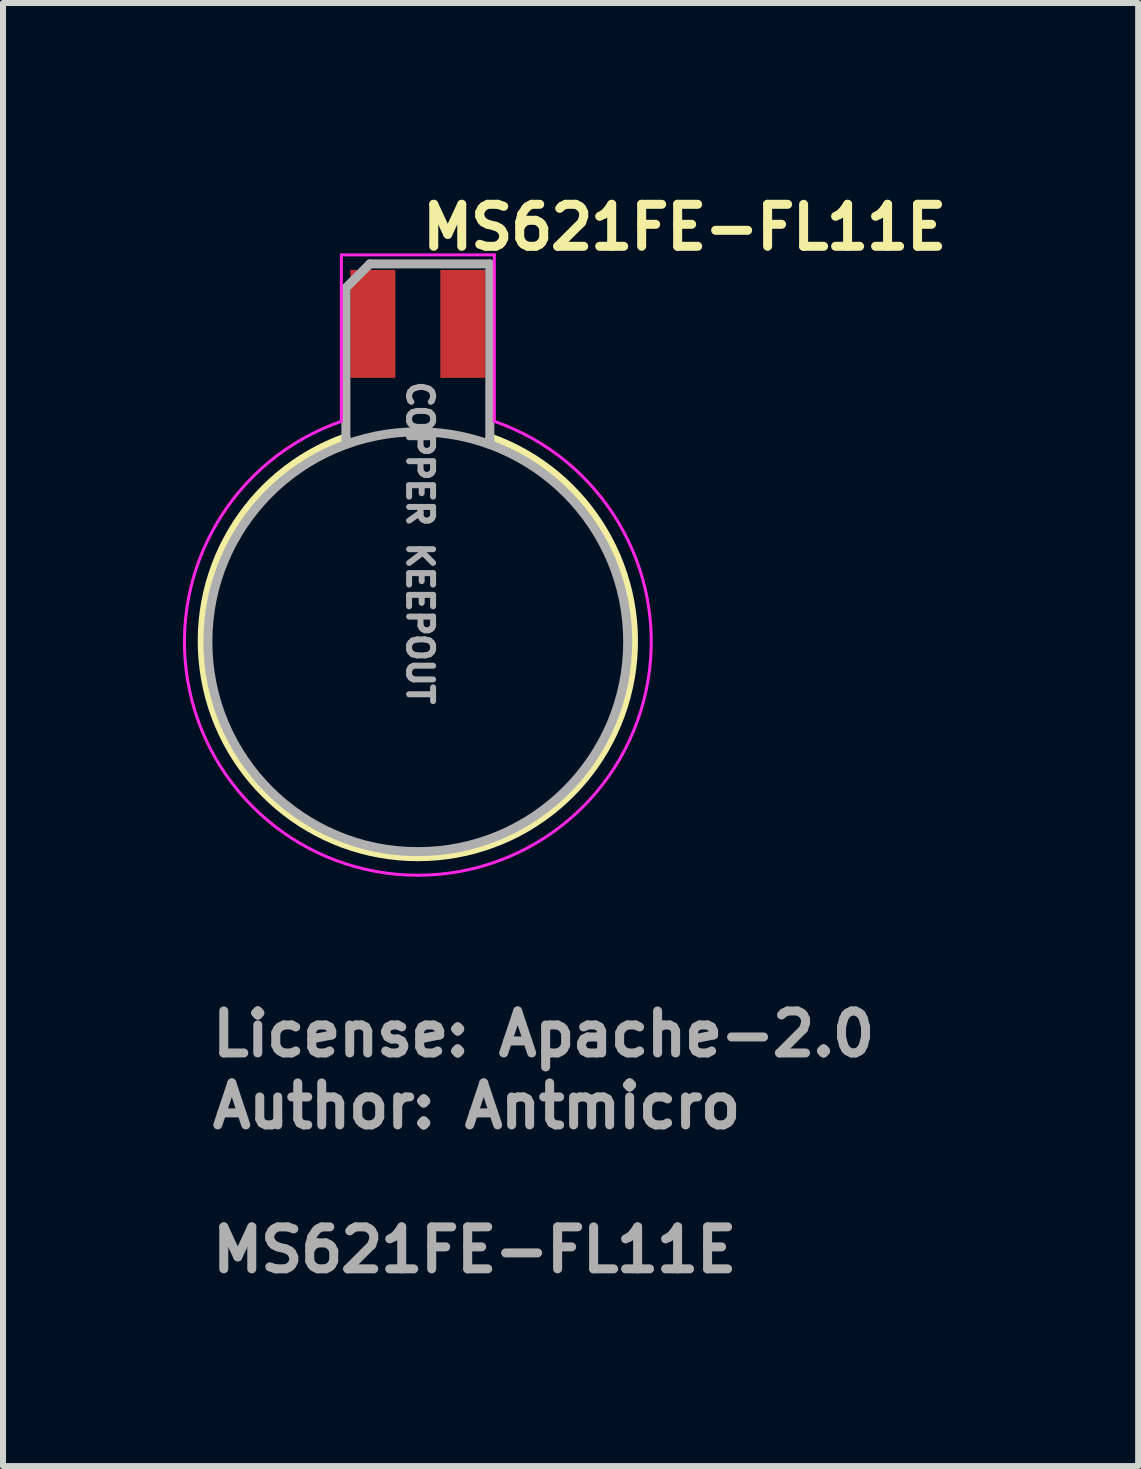
<source format=kicad_pcb>
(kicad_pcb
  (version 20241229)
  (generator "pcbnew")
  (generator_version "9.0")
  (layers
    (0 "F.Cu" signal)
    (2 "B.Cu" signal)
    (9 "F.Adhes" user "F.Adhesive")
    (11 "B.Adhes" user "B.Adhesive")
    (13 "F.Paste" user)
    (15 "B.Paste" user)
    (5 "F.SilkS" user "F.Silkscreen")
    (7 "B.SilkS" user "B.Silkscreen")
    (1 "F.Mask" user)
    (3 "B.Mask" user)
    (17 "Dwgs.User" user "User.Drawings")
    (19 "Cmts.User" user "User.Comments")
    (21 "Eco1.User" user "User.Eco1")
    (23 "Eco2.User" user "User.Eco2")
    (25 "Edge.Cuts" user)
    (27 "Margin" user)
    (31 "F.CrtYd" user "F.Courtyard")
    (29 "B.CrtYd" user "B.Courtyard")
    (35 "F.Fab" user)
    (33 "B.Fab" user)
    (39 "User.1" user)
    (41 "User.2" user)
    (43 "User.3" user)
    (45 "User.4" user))
  (footprint "MS621FE-FL11E"
    (layer "F.Cu")
    (at 3.917 6.4)
    (property "Reference" "MS621FE-FL11E" (at 0 -5.25 0) (layer "F.SilkS") (effects (font (size 0.7 0.7) (thickness 0.15)) (justify left bottom)))
    (attr smd)
    (fp_arc (start 1.2 -2.15) (mid 0 4.834) (end -1.2 -2.15) (stroke (width 0.15) (type solid)) (layer "F.SilkS"))
    (fp_line (start -1.275 -5.2) (end -1.275 -2.425) (stroke (width 0.05) (type solid)) (layer "F.CrtYd"))
    (fp_line (start 1.275 -5.2) (end -1.275 -5.2) (stroke (width 0.05) (type solid)) (layer "F.CrtYd"))
    (fp_line (start 1.275 -5.2) (end 1.275 -2.425) (stroke (width 0.05) (type solid)) (layer "F.CrtYd"))
    (fp_arc (start 1.275 -2.425) (mid 0 5.143374) (end -1.275 -2.425) (stroke (width 0.05) (type solid)) (layer "F.CrtYd"))
    (fp_line (start -1.2 -4.65) (end -1.2 -2.04) (stroke (width 0.15) (type solid)) (layer "F.Fab"))
    (fp_line (start -0.8 -5.05) (end -1.2 -4.65) (stroke (width 0.15) (type solid)) (layer "F.Fab"))
    (fp_line (start 1.2 -5.05) (end -0.8 -5.05) (stroke (width 0.15) (type solid)) (layer "F.Fab"))
    (fp_line (start 1.2 -5.05) (end 1.2 -2.04) (stroke (width 0.15) (type solid)) (layer "F.Fab"))
    (fp_circle (center -0.001 1.25) (end -0.001 -2.25) (stroke (width 0.15) (type solid)) (fill no) (layer "F.Fab"))
    (fp_rect (start -3.4 -4.65) (end 3.4 4.65) (stroke (width 0.15) (type solid)) (fill no) (layer "User.5"))
    (fp_line (start -3.4 1.29) (end -3.395 1.443) (stroke (width 0.02) (type solid)) (layer "User.9"))
    (fp_line (start -3.399 1.136) (end -3.4 1.29) (stroke (width 0.02) (type solid)) (layer "User.9"))
    (fp_line (start -3.395 1.443) (end -3.383 1.598) (stroke (width 0.02) (type solid)) (layer "User.9"))
    (fp_line (start -3.391 0.983) (end -3.399 1.136) (stroke (width 0.02) (type solid)) (layer "User.9"))
    (fp_line (start -3.383 1.598) (end -3.363 1.755) (stroke (width 0.02) (type solid)) (layer "User.9"))
    (fp_line (start -3.375 0.832) (end -3.391 0.983) (stroke (width 0.02) (type solid)) (layer "User.9"))
    (fp_line (start -3.363 1.755) (end -3.336 1.91) (stroke (width 0.02) (type solid)) (layer "User.9"))
    (fp_line (start -3.355 0.684) (end -3.375 0.832) (stroke (width 0.02) (type solid)) (layer "User.9"))
    (fp_line (start -3.336 1.91) (end -3.302 2.061) (stroke (width 0.02) (type solid)) (layer "User.9"))
    (fp_line (start -3.326 0.536) (end -3.355 0.684) (stroke (width 0.02) (type solid)) (layer "User.9"))
    (fp_line (start -3.302 2.061) (end -3.262 2.21) (stroke (width 0.02) (type solid)) (layer "User.9"))
    (fp_line (start -3.291 0.39) (end -3.326 0.536) (stroke (width 0.02) (type solid)) (layer "User.9"))
    (fp_line (start -3.262 2.21) (end -3.215 2.357) (stroke (width 0.02) (type solid)) (layer "User.9"))
    (fp_line (start -3.25 0.246) (end -3.291 0.39) (stroke (width 0.02) (type solid)) (layer "User.9"))
    (fp_line (start -3.215 2.357) (end -3.164 2.499) (stroke (width 0.02) (type solid)) (layer "User.9"))
    (fp_line (start -3.202 0.104) (end -3.25 0.246) (stroke (width 0.02) (type solid)) (layer "User.9"))
    (fp_line (start -3.164 2.499) (end -3.105 2.64) (stroke (width 0.02) (type solid)) (layer "User.9"))
    (fp_line (start -3.149 -0.035) (end -3.202 0.104) (stroke (width 0.02) (type solid)) (layer "User.9"))
    (fp_line (start -3.105 2.64) (end -3.04 2.776) (stroke (width 0.02) (type solid)) (layer "User.9"))
    (fp_line (start -3.09 -0.171) (end -3.149 -0.035) (stroke (width 0.02) (type solid)) (layer "User.9"))
    (fp_line (start -3.04 2.776) (end -2.968 2.909) (stroke (width 0.02) (type solid)) (layer "User.9"))
    (fp_line (start -3.025 -0.303) (end -3.09 -0.171) (stroke (width 0.02) (type solid)) (layer "User.9"))
    (fp_line (start -2.968 2.909) (end -2.892 3.038) (stroke (width 0.02) (type solid)) (layer "User.9"))
    (fp_line (start -2.956 -0.434) (end -3.025 -0.303) (stroke (width 0.02) (type solid)) (layer "User.9"))
    (fp_line (start -2.892 3.038) (end -2.811 3.164) (stroke (width 0.02) (type solid)) (layer "User.9"))
    (fp_line (start -2.879 -0.562) (end -2.956 -0.434) (stroke (width 0.02) (type solid)) (layer "User.9"))
    (fp_line (start -2.811 3.164) (end -2.725 3.285) (stroke (width 0.02) (type solid)) (layer "User.9"))
    (fp_line (start -2.798 -0.686) (end -2.879 -0.562) (stroke (width 0.02) (type solid)) (layer "User.9"))
    (fp_line (start -2.725 3.285) (end -2.633 3.402) (stroke (width 0.02) (type solid)) (layer "User.9"))
    (fp_line (start -2.71 -0.806) (end -2.798 -0.686) (stroke (width 0.02) (type solid)) (layer "User.9"))
    (fp_line (start -2.633 3.402) (end -2.536 3.515) (stroke (width 0.02) (type solid)) (layer "User.9"))
    (fp_line (start -2.618 -0.922) (end -2.71 -0.806) (stroke (width 0.02) (type solid)) (layer "User.9"))
    (fp_line (start -2.536 3.515) (end -2.436 3.623) (stroke (width 0.02) (type solid)) (layer "User.9"))
    (fp_line (start -2.521 -1.033) (end -2.618 -0.922) (stroke (width 0.02) (type solid)) (layer "User.9"))
    (fp_line (start -2.436 3.623) (end -2.33 3.726) (stroke (width 0.02) (type solid)) (layer "User.9"))
    (fp_line (start -2.419 -1.141) (end -2.521 -1.033) (stroke (width 0.02) (type solid)) (layer "User.9"))
    (fp_line (start -2.33 3.726) (end -2.219 3.825) (stroke (width 0.02) (type solid)) (layer "User.9"))
    (fp_line (start -2.311 -1.246) (end -2.419 -1.141) (stroke (width 0.02) (type solid)) (layer "User.9"))
    (fp_line (start -2.219 3.825) (end -2.105 3.919) (stroke (width 0.02) (type solid)) (layer "User.9"))
    (fp_line (start -2.201 -1.345) (end -2.311 -1.246) (stroke (width 0.02) (type solid)) (layer "User.9"))
    (fp_line (start -2.105 3.919) (end -1.986 4.009) (stroke (width 0.02) (type solid)) (layer "User.9"))
    (fp_line (start -2.084 -1.44) (end -2.201 -1.345) (stroke (width 0.02) (type solid)) (layer "User.9"))
    (fp_line (start -1.986 4.009) (end -1.865 4.094) (stroke (width 0.02) (type solid)) (layer "User.9"))
    (fp_line (start -1.962 -1.528) (end -2.084 -1.44) (stroke (width 0.02) (type solid)) (layer "User.9"))
    (fp_line (start -1.865 4.094) (end -1.738 4.171) (stroke (width 0.02) (type solid)) (layer "User.9"))
    (fp_line (start -1.837 -1.613) (end -1.962 -1.528) (stroke (width 0.02) (type solid)) (layer "User.9"))
    (fp_line (start -1.738 4.171) (end -1.609 4.246) (stroke (width 0.02) (type solid)) (layer "User.9"))
    (fp_line (start -1.708 -1.692) (end -1.837 -1.613) (stroke (width 0.02) (type solid)) (layer "User.9"))
    (fp_line (start -1.609 4.246) (end -1.476 4.312) (stroke (width 0.02) (type solid)) (layer "User.9"))
    (fp_line (start -1.575 -1.766) (end -1.708 -1.692) (stroke (width 0.02) (type solid)) (layer "User.9"))
    (fp_line (start -1.476 4.312) (end -1.339 4.374) (stroke (width 0.02) (type solid)) (layer "User.9"))
    (fp_line (start -1.436 -1.833) (end -1.575 -1.766) (stroke (width 0.02) (type solid)) (layer "User.9"))
    (fp_line (start -1.339 4.374) (end -1.2 4.43) (stroke (width 0.02) (type solid)) (layer "User.9"))
    (fp_line (start -1.295 -1.895) (end -1.436 -1.833) (stroke (width 0.02) (type solid)) (layer "User.9"))
    (fp_line (start -1.2 4.43) (end -1.059 4.48) (stroke (width 0.02) (type solid)) (layer "User.9"))
    (fp_line (start -1.149 -1.952) (end -1.295 -1.895) (stroke (width 0.02) (type solid)) (layer "User.9"))
    (fp_line (start -1.059 4.48) (end -0.915 4.525) (stroke (width 0.02) (type solid)) (layer "User.9"))
    (fp_line (start -1.002 -4.651) (end -1.002 -2.552) (stroke (width 0.02) (type solid)) (layer "User.9"))
    (fp_line (start -1.002 -2.552) (end -1.002 -2.456) (stroke (width 0.02) (type solid)) (layer "User.9"))
    (fp_line (start -1.002 -2.552) (end -0.501 -2.552) (stroke (width 0.02) (type solid)) (layer "User.9"))
    (fp_line (start -1.002 -2.456) (end -1.002 -2.226) (stroke (width 0.02) (type solid)) (layer "User.9"))
    (fp_line (start -1.002 -2.226) (end -1.002 2.249) (stroke (width 0.02) (type solid)) (layer "User.9"))
    (fp_line (start -1.002 -2) (end -1.149 -1.952) (stroke (width 0.02) (type solid)) (layer "User.9"))
    (fp_line (start -1.002 2.249) (end 0.998 2.249) (stroke (width 0.02) (type solid)) (layer "User.9"))
    (fp_line (start -0.915 4.525) (end -0.767 4.562) (stroke (width 0.02) (type solid)) (layer "User.9"))
    (fp_line (start -0.767 4.562) (end -0.618 4.592) (stroke (width 0.02) (type solid)) (layer "User.9"))
    (fp_line (start -0.618 4.592) (end -0.467 4.618) (stroke (width 0.02) (type solid)) (layer "User.9"))
    (fp_line (start -0.501 -4.651) (end -1.002 -4.651) (stroke (width 0.02) (type solid)) (layer "User.9"))
    (fp_line (start -0.501 -2.552) (end -0.501 -4.651) (stroke (width 0.02) (type solid)) (layer "User.9"))
    (fp_line (start -0.467 4.618) (end -0.313 4.634) (stroke (width 0.02) (type solid)) (layer "User.9"))
    (fp_line (start -0.313 4.634) (end -0.157 4.645) (stroke (width 0.02) (type solid)) (layer "User.9"))
    (fp_line (start -0.157 4.645) (end -0.001 4.648) (stroke (width 0.02) (type solid)) (layer "User.9"))
    (fp_line (start -0.001 4.648) (end 0.174 4.645) (stroke (width 0.02) (type solid)) (layer "User.9"))
    (fp_line (start 0.174 4.645) (end 0.347 4.631) (stroke (width 0.02) (type solid)) (layer "User.9"))
    (fp_line (start 0.347 4.631) (end 0.517 4.61) (stroke (width 0.02) (type solid)) (layer "User.9"))
    (fp_line (start 0.517 4.61) (end 0.685 4.579) (stroke (width 0.02) (type solid)) (layer "User.9"))
    (fp_line (start 0.685 4.579) (end 0.848 4.541) (stroke (width 0.02) (type solid)) (layer "User.9"))
    (fp_line (start 0.848 4.541) (end 1.011 4.496) (stroke (width 0.02) (type solid)) (layer "User.9"))
    (fp_line (start 0.998 -2.552) (end -1.002 -2.552) (stroke (width 0.02) (type solid)) (layer "User.9"))
    (fp_line (start 0.998 -2.456) (end 0.998 -2.552) (stroke (width 0.02) (type solid)) (layer "User.9"))
    (fp_line (start 0.998 -2.226) (end 0.998 -2.456) (stroke (width 0.02) (type solid)) (layer "User.9"))
    (fp_line (start 0.998 2.249) (end 0.998 -2.226) (stroke (width 0.02) (type solid)) (layer "User.9"))
    (fp_line (start 1.011 4.496) (end 1.169 4.443) (stroke (width 0.02) (type solid)) (layer "User.9"))
    (fp_line (start 1.132 -1.956) (end 0.998 -2) (stroke (width 0.02) (type solid)) (layer "User.9"))
    (fp_line (start 1.169 4.443) (end 1.322 4.381) (stroke (width 0.02) (type solid)) (layer "User.9"))
    (fp_line (start 1.261 -1.909) (end 1.132 -1.956) (stroke (width 0.02) (type solid)) (layer "User.9"))
    (fp_line (start 1.322 4.381) (end 1.473 4.313) (stroke (width 0.02) (type solid)) (layer "User.9"))
    (fp_line (start 1.473 4.313) (end 1.62 4.238) (stroke (width 0.02) (type solid)) (layer "User.9"))
    (fp_line (start 1.511 -1.797) (end 1.261 -1.909) (stroke (width 0.02) (type solid)) (layer "User.9"))
    (fp_line (start 1.62 4.238) (end 1.763 4.156) (stroke (width 0.02) (type solid)) (layer "User.9"))
    (fp_line (start 1.751 -1.666) (end 1.511 -1.797) (stroke (width 0.02) (type solid)) (layer "User.9"))
    (fp_line (start 1.763 4.156) (end 1.9 4.068) (stroke (width 0.02) (type solid)) (layer "User.9"))
    (fp_line (start 1.9 4.068) (end 2.034 3.974) (stroke (width 0.02) (type solid)) (layer "User.9"))
    (fp_line (start 1.975 -1.518) (end 1.751 -1.666) (stroke (width 0.02) (type solid)) (layer "User.9"))
    (fp_line (start 2.034 3.974) (end 2.161 3.873) (stroke (width 0.02) (type solid)) (layer "User.9"))
    (fp_line (start 2.161 3.873) (end 2.285 3.765) (stroke (width 0.02) (type solid)) (layer "User.9"))
    (fp_line (start 2.188 -1.353) (end 1.975 -1.518) (stroke (width 0.02) (type solid)) (layer "User.9"))
    (fp_line (start 2.285 3.765) (end 2.403 3.653) (stroke (width 0.02) (type solid)) (layer "User.9"))
    (fp_line (start 2.386 -1.174) (end 2.188 -1.353) (stroke (width 0.02) (type solid)) (layer "User.9"))
    (fp_line (start 2.403 3.653) (end 2.515 3.535) (stroke (width 0.02) (type solid)) (layer "User.9"))
    (fp_line (start 2.515 3.535) (end 2.623 3.411) (stroke (width 0.02) (type solid)) (layer "User.9"))
    (fp_line (start 2.568 -0.978) (end 2.386 -1.174) (stroke (width 0.02) (type solid)) (layer "User.9"))
    (fp_line (start 2.623 3.411) (end 2.724 3.284) (stroke (width 0.02) (type solid)) (layer "User.9"))
    (fp_line (start 2.724 3.284) (end 2.818 3.149) (stroke (width 0.02) (type solid)) (layer "User.9"))
    (fp_line (start 2.733 -0.771) (end 2.568 -0.978) (stroke (width 0.02) (type solid)) (layer "User.9"))
    (fp_line (start 2.818 3.149) (end 2.906 3.012) (stroke (width 0.02) (type solid)) (layer "User.9"))
    (fp_line (start 2.883 -0.551) (end 2.733 -0.771) (stroke (width 0.02) (type solid)) (layer "User.9"))
    (fp_line (start 2.906 3.012) (end 2.988 2.87) (stroke (width 0.02) (type solid)) (layer "User.9"))
    (fp_line (start 2.988 2.87) (end 3.063 2.724) (stroke (width 0.02) (type solid)) (layer "User.9"))
    (fp_line (start 3.015 -0.319) (end 2.883 -0.551) (stroke (width 0.02) (type solid)) (layer "User.9"))
    (fp_line (start 3.063 2.724) (end 3.132 2.572) (stroke (width 0.02) (type solid)) (layer "User.9"))
    (fp_line (start 3.129 -0.077) (end 3.015 -0.319) (stroke (width 0.02) (type solid)) (layer "User.9"))
    (fp_line (start 3.132 2.572) (end 3.192 2.418) (stroke (width 0.02) (type solid)) (layer "User.9"))
    (fp_line (start 3.192 2.418) (end 3.246 2.261) (stroke (width 0.02) (type solid)) (layer "User.9"))
    (fp_line (start 3.225 0.174) (end 3.129 -0.077) (stroke (width 0.02) (type solid)) (layer "User.9"))
    (fp_line (start 3.246 2.261) (end 3.292 2.099) (stroke (width 0.02) (type solid)) (layer "User.9"))
    (fp_line (start 3.292 2.099) (end 3.33 1.935) (stroke (width 0.02) (type solid)) (layer "User.9"))
    (fp_line (start 3.3 0.432) (end 3.225 0.174) (stroke (width 0.02) (type solid)) (layer "User.9"))
    (fp_line (start 3.33 1.935) (end 3.359 1.767) (stroke (width 0.02) (type solid)) (layer "User.9"))
    (fp_line (start 3.354 0.699) (end 3.3 0.432) (stroke (width 0.02) (type solid)) (layer "User.9"))
    (fp_line (start 3.359 1.767) (end 3.382 1.596) (stroke (width 0.02) (type solid)) (layer "User.9"))
    (fp_line (start 3.382 1.596) (end 3.394 1.423) (stroke (width 0.02) (type solid)) (layer "User.9"))
    (fp_line (start 3.387 0.971) (end 3.354 0.699) (stroke (width 0.02) (type solid)) (layer "User.9"))
    (fp_line (start 3.394 1.423) (end 3.398 1.249) (stroke (width 0.02) (type solid)) (layer "User.9"))
    (fp_line (start 3.397 1.11) (end 3.387 0.971) (stroke (width 0.02) (type solid)) (layer "User.9"))
    (fp_line (start 3.398 1.249) (end 3.397 1.11) (stroke (width 0.02) (type solid)) (layer "User.9"))
    (fp_rect (start 0.498 -4.651) (end 0.998 -2.552) (stroke (width 0.02) (type solid)) (fill no) (layer "User.9"))
    (fp_text user "License: Apache-2.0" (at -3.501 8.2 0) (layer "F.Fab") (effects (font (size 0.7 0.7) (thickness 0.15)) (justify left bottom)))
    (fp_text user "Author: Antmicro" (at -3.501 9.4 0) (layer "F.Fab") (effects (font (size 0.7 0.7) (thickness 0.15)) (justify left bottom)))
    (fp_text user "COPPER KEEPOUT" (at -0.2 -3.14 270) (unlocked yes) (layer "F.Fab") (effects (font (size 0.4 0.4) (thickness 0.1)) (justify left bottom)))
    (fp_text user "${REFERENCE}" (at -3.501 11.8 0) (layer "F.Fab") (effects (font (size 0.7 0.7) (thickness 0.15)) (justify left bottom)))
    (pad "1" smd rect (at -0.75 -4.05 270) (size 1.8 0.75) (layers "F.Cu" "F.Mask" "F.Paste"))
    (pad "2" smd rect (at 0.75 -4.05 270) (size 1.8 0.75) (layers "F.Cu" "F.Mask" "F.Paste"))
    (zone (net_name "") (layers "F.Cu" "F.CrtYd") (hatch edge 0.508) (connect_pads) (min_thickness 0.254) (filled_areas_thickness no) (keepout (tracks allowed) (vias not_allowed) (pads not_allowed) (copperpour not_allowed) (footprints allowed)) (placement (enabled no)) (fill) (polygon (pts (xy 2.757 8.9) (xy 2.757 3.26) (xy 5.077 3.26) (xy 5.077 8.9)))))
  (gr_rect
    (start -3 -3)
    (end 15.927 21.395)
    (stroke (width 0.1) (type default))
    (fill no)
    (layer "Edge.Cuts")))
</source>
